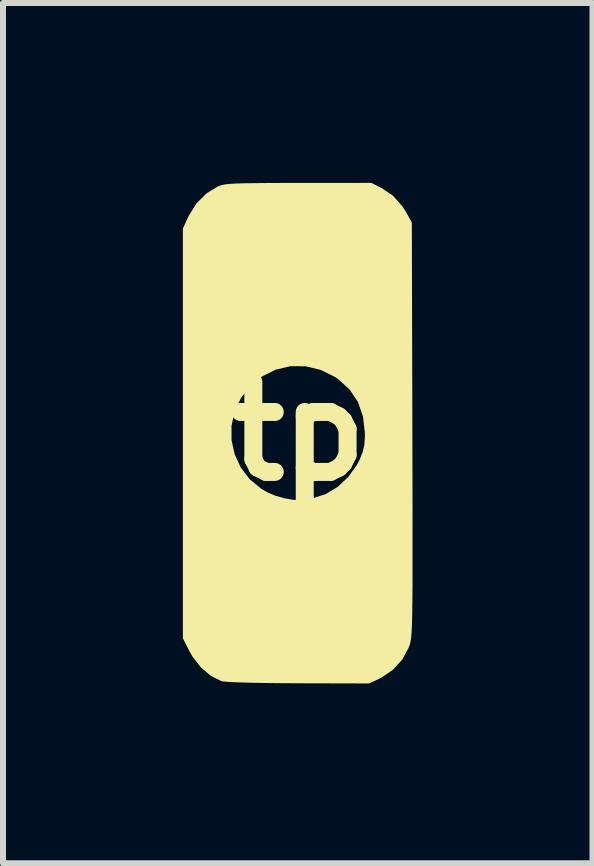
<source format=kicad_pcb>
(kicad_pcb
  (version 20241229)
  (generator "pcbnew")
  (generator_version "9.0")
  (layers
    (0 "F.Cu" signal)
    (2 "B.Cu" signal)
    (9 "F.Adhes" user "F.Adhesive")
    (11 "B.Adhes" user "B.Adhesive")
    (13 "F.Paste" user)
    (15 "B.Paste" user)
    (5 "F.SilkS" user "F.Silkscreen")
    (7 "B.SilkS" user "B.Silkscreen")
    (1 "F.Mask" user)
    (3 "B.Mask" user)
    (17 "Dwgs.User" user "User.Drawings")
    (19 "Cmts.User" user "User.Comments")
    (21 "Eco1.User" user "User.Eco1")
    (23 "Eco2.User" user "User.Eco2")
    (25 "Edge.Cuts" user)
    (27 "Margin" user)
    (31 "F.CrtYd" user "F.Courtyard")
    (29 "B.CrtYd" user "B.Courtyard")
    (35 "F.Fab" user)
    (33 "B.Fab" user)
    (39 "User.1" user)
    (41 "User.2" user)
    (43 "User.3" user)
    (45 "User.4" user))
  (footprint "tp"
    (layer "F.Cu")
    (at 1.925 4.142)
    (property "Reference" "tp" (at 0 0 0) (layer "F.SilkS") (effects (font (size 1.5 1.5) (thickness 0.3))))
    (attr board_only exclude_from_pos_files exclude_from_bom)
    (fp_poly (pts (xy 1.384 -4.059) (xy 1.579 -3.928) (xy 1.741 -3.745) (xy 1.82 -3.615) (xy 1.893 -3.478) (xy 1.902 -0.027) (xy 1.903 0.52) (xy 1.904 1.007) (xy 1.905 1.436) (xy 1.905 1.812) (xy 1.905 2.138) (xy 1.905 2.419) (xy 1.904 2.658) (xy 1.902 2.859) (xy 1.9 3.026) (xy 1.897 3.162) (xy 1.893 3.271) (xy 1.889 3.358) (xy 1.883 3.426) (xy 1.877 3.478) (xy 1.869 3.519) (xy 1.861 3.552) (xy 1.851 3.582) (xy 1.843 3.603) (xy 1.737 3.802) (xy 1.58 3.975) (xy 1.387 4.108) (xy 1.348 4.128) (xy 1.181 4.206) (xy 0 4.203) (xy -0.304 4.201) (xy -0.579 4.198) (xy -0.818 4.193) (xy -1.014 4.187) (xy -1.162 4.18) (xy -1.256 4.172) (xy -1.282 4.167) (xy -1.458 4.08) (xy -1.622 3.941) (xy -1.762 3.763) (xy -1.812 3.675) (xy -1.925 3.453) (xy -1.925 0.036) (xy -1.925 -0.094) (xy -1.114 -0.094) (xy -1.114 0.147) (xy -1.062 0.382) (xy -0.961 0.603) (xy -0.812 0.799) (xy -0.616 0.961) (xy -0.51 1.022) (xy -0.38 1.076) (xy -0.228 1.118) (xy -0.081 1.144) (xy 0.037 1.147) (xy 0.049 1.146) (xy 0.123 1.134) (xy 0.222 1.119) (xy 0.241 1.116) (xy 0.452 1.05) (xy 0.653 0.93) (xy 0.831 0.764) (xy 0.976 0.563) (xy 1.024 0.469) (xy 1.074 0.343) (xy 1.101 0.227) (xy 1.11 0.091) (xy 1.11 0.033) (xy 1.079 -0.244) (xy 0.994 -0.489) (xy 0.853 -0.699) (xy 0.658 -0.874) (xy 0.614 -0.904) (xy 0.372 -1.024) (xy 0.12 -1.084) (xy -0.133 -1.085) (xy -0.379 -1.027) (xy -0.61 -0.911) (xy -0.794 -0.761) (xy -0.956 -0.557) (xy -1.062 -0.332) (xy -1.114 -0.094) (xy -1.925 -0.094) (xy -1.925 -3.381) (xy -1.832 -3.584) (xy -1.701 -3.798) (xy -1.528 -3.97) (xy -1.347 -4.079) (xy -1.308 -4.095) (xy -1.264 -4.108) (xy -1.207 -4.118) (xy -1.131 -4.126) (xy -1.028 -4.132) (xy -0.893 -4.136) (xy -0.718 -4.138) (xy -0.496 -4.14) (xy -0.222 -4.141) (xy 0.002 -4.141) (xy 1.217 -4.142)) (stroke (width 0) (type solid)) (fill yes) (layer "F.SilkS")))
  (gr_rect
    (start -3 -3)
    (end 6.831 11.347)
    (stroke (width 0.1) (type default))
    (fill no)
    (layer "Edge.Cuts")))
</source>
